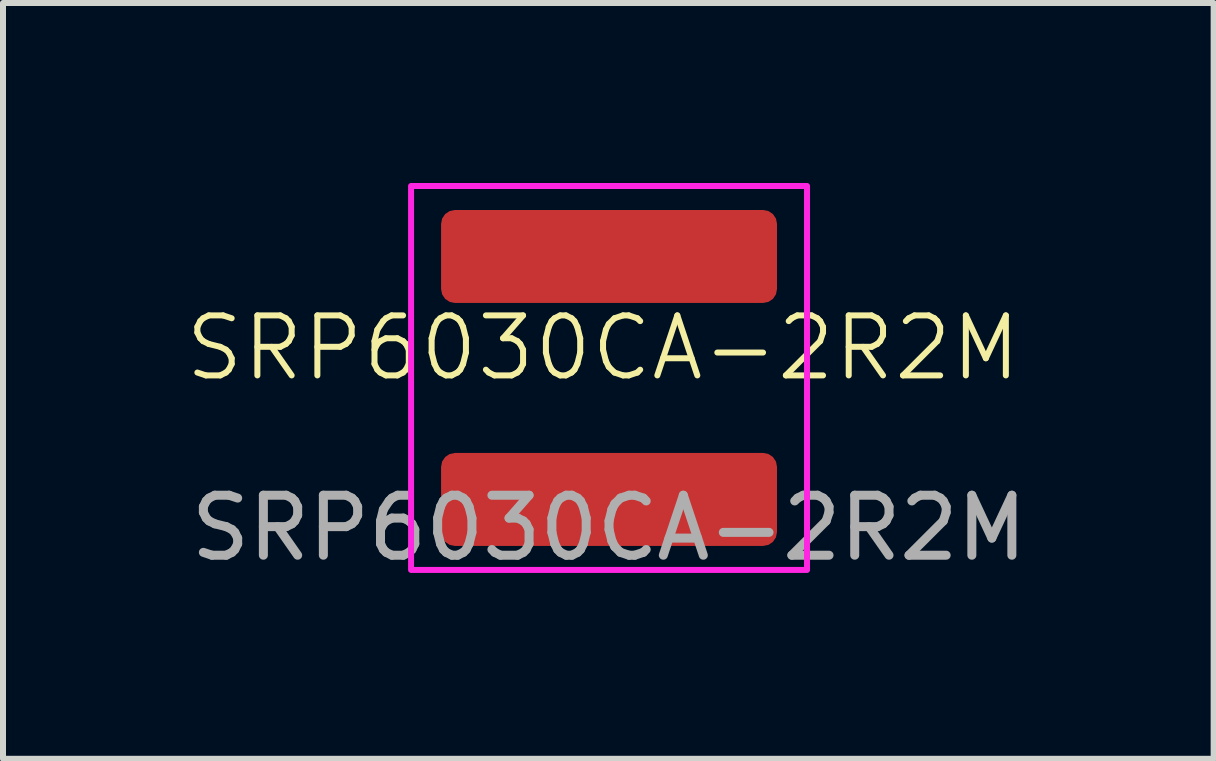
<source format=kicad_pcb>
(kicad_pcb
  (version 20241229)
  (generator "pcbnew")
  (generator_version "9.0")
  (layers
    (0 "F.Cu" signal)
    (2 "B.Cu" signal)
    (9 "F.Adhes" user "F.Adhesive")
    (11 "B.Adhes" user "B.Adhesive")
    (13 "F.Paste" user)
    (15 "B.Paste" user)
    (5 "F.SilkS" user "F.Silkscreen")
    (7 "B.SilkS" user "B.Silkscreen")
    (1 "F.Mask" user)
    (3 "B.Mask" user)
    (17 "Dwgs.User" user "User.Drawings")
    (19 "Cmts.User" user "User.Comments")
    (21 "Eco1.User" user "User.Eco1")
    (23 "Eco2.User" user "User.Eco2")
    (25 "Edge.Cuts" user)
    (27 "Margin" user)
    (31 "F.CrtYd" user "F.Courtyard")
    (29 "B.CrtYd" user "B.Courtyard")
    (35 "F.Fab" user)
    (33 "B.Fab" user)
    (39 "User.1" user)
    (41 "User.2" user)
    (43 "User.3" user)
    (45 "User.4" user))
  (footprint "SRP6030CA-2R2M"
    (layer "F.Cu")
    (at 7.102 3.25)
    (property "Reference" "SRP6030CA-2R2M" (at -0.1 -0.5 0) (unlocked yes) (layer "F.SilkS") (effects (font (size 1 1) (thickness 0.1))))
    (attr smd)
    (fp_rect (start -3.3 -3.2) (end 3.3 3.2) (stroke (width 0.1) (type solid)) (fill no) (layer "F.CrtYd"))
    (fp_text user "${REFERENCE}" (at 0 2.5 0) (unlocked yes) (layer "F.Fab") (effects (font (size 1 1) (thickness 0.15))))
    (pad "1" smd roundrect (at 0 -2.025) (size 5.6 1.55) (layers "F.Cu" "F.Mask" "F.Paste") (roundrect_rratio 0.15))
    (pad "2" smd roundrect (at 0 2.025) (size 5.6 1.55) (layers "F.Cu" "F.Mask" "F.Paste") (roundrect_rratio 0.15)))
  (gr_rect
    (start -3 -3)
    (end 17.18 9.598)
    (stroke (width 0.1) (type default))
    (fill no)
    (layer "Edge.Cuts")))
</source>
